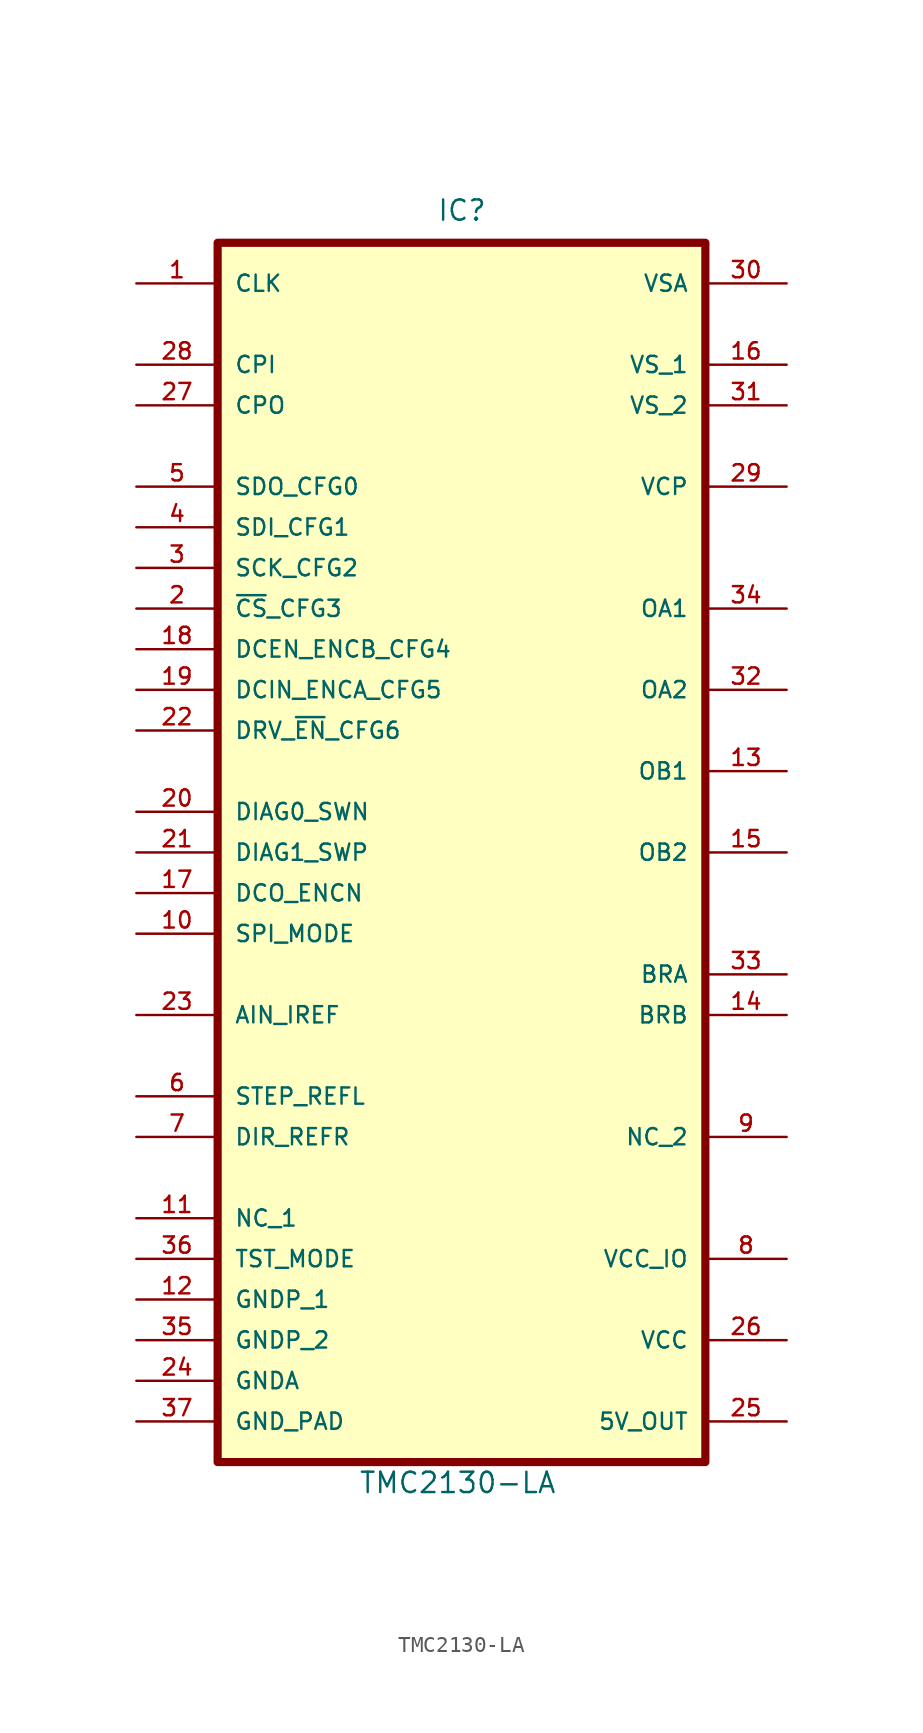
<source format=kicad_sym>
(kicad_symbol_lib
  (version 20211014)
  (generator kicad_symbol_editor)
  (symbol "TMC2130-LA"
    (pin_names
      (offset 1.016))
    (property "Reference" "IC"
      (at 20.352 3.816 0)
      (effects (font (size 1.27 1.27)) (justify bottom)))
    (property "Value" "TMC2130-LA"
      (at 20.081 -74.209 0)
      (effects (font (size 1.27 1.27)) (justify top)))
    (symbol "TMC2130-LA_0_0"
      (rectangle (start 5.08 -73.66) (end 35.56 2.54) (stroke (width 0.51)) (fill (type background)))
      (pin input line (at 0.0 0.0 0) (length 5.08) (name "CLK" (effects (font (size 1.016 1.016)))) (number "1" (effects (font (size 1.016 1.016)))))
      (pin input line (at 0.0 -5.08 0) (length 5.08) (name "CPI" (effects (font (size 1.016 1.016)))) (number "28" (effects (font (size 1.016 1.016)))))
      (pin input line (at 0.0 -15.24 0) (length 5.08) (name "SDI_CFG1" (effects (font (size 1.016 1.016)))) (number "4" (effects (font (size 1.016 1.016)))))
      (pin bidirectional line (at 0.0 -12.7 0) (length 5.08) (name "SDO_CFG0" (effects (font (size 1.016 1.016)))) (number "5" (effects (font (size 1.016 1.016)))))
      (pin input line (at 0.0 -17.78 0) (length 5.08) (name "SCK_CFG2" (effects (font (size 1.016 1.016)))) (number "3" (effects (font (size 1.016 1.016)))))
      (pin output line (at 0.0 -7.62 0) (length 5.08) (name "CPO" (effects (font (size 1.016 1.016)))) (number "27" (effects (font (size 1.016 1.016)))))
      (pin input line (at 0.0 -22.86 0) (length 5.08) (name "DCEN_ENCB_CFG4" (effects (font (size 1.016 1.016)))) (number "18" (effects (font (size 1.016 1.016)))))
      (pin power_in line (at 40.64 -60.96 180.0) (length 5.08) (name "VCC_IO" (effects (font (size 1.016 1.016)))) (number "8" (effects (font (size 1.016 1.016)))))
      (pin input line (at 0.0 -45.72 0) (length 5.08) (name "AIN_IREF" (effects (font (size 1.016 1.016)))) (number "23" (effects (font (size 1.016 1.016)))))
      (pin power_in line (at 40.64 -12.7 180.0) (length 5.08) (name "VCP" (effects (font (size 1.016 1.016)))) (number "29" (effects (font (size 1.016 1.016)))))
      (pin power_in line (at 40.64 -5.08 180.0) (length 5.08) (name "VS_1" (effects (font (size 1.016 1.016)))) (number "16" (effects (font (size 1.016 1.016)))))
      (pin output line (at 40.64 -20.32 180.0) (length 5.08) (name "OA1" (effects (font (size 1.016 1.016)))) (number "34" (effects (font (size 1.016 1.016)))))
      (pin output line (at 40.64 -25.4 180.0) (length 5.08) (name "OA2" (effects (font (size 1.016 1.016)))) (number "32" (effects (font (size 1.016 1.016)))))
      (pin input line (at 0.0 -20.32 0) (length 5.08) (name "~{CS}_CFG3" (effects (font (size 1.016 1.016)))) (number "2" (effects (font (size 1.016 1.016)))))
      (pin input line (at 0.0 -53.34 0) (length 5.08) (name "DIR_REFR" (effects (font (size 1.016 1.016)))) (number "7" (effects (font (size 1.016 1.016)))))
      (pin input line (at 0.0 -50.8 0) (length 5.08) (name "STEP_REFL" (effects (font (size 1.016 1.016)))) (number "6" (effects (font (size 1.016 1.016)))))
      (pin input line (at 0.0 -40.64 0) (length 5.08) (name "SPI_MODE" (effects (font (size 1.016 1.016)))) (number "10" (effects (font (size 1.016 1.016)))))
      (pin input line (at 0.0 -60.96 0) (length 5.08) (name "TST_MODE" (effects (font (size 1.016 1.016)))) (number "36" (effects (font (size 1.016 1.016)))))
      (pin power_in line (at 0.0 -68.58 0) (length 5.08) (name "GNDA" (effects (font (size 1.016 1.016)))) (number "24" (effects (font (size 1.016 1.016)))))
      (pin power_in line (at 40.64 -71.12 180.0) (length 5.08) (name "5V_OUT" (effects (font (size 1.016 1.016)))) (number "25" (effects (font (size 1.016 1.016)))))
      (pin output line (at 40.64 -43.18 180.0) (length 5.08) (name "BRA" (effects (font (size 1.016 1.016)))) (number "33" (effects (font (size 1.016 1.016)))))
      (pin power_in line (at 40.64 0.0 180.0) (length 5.08) (name "VSA" (effects (font (size 1.016 1.016)))) (number "30" (effects (font (size 1.016 1.016)))))
      (pin output line (at 40.64 -45.72 180.0) (length 5.08) (name "BRB" (effects (font (size 1.016 1.016)))) (number "14" (effects (font (size 1.016 1.016)))))
      (pin output line (at 40.64 -35.56 180.0) (length 5.08) (name "OB2" (effects (font (size 1.016 1.016)))) (number "15" (effects (font (size 1.016 1.016)))))
      (pin output line (at 40.64 -30.48 180.0) (length 5.08) (name "OB1" (effects (font (size 1.016 1.016)))) (number "13" (effects (font (size 1.016 1.016)))))
      (pin bidirectional line (at 0.0 -38.1 0) (length 5.08) (name "DCO_ENCN" (effects (font (size 1.016 1.016)))) (number "17" (effects (font (size 1.016 1.016)))))
      (pin power_in line (at 0.0 -63.5 0) (length 5.08) (name "GNDP_1" (effects (font (size 1.016 1.016)))) (number "12" (effects (font (size 1.016 1.016)))))
      (pin power_in line (at 0.0 -66.04 0) (length 5.08) (name "GNDP_2" (effects (font (size 1.016 1.016)))) (number "35" (effects (font (size 1.016 1.016)))))
      (pin bidirectional line (at 0.0 -33.02 0) (length 5.08) (name "DIAG0_SWN" (effects (font (size 1.016 1.016)))) (number "20" (effects (font (size 1.016 1.016)))))
      (pin input line (at 0.0 -25.4 0) (length 5.08) (name "DCIN_ENCA_CFG5" (effects (font (size 1.016 1.016)))) (number "19" (effects (font (size 1.016 1.016)))))
      (pin bidirectional line (at 0.0 -35.56 0) (length 5.08) (name "DIAG1_SWP" (effects (font (size 1.016 1.016)))) (number "21" (effects (font (size 1.016 1.016)))))
      (pin input line (at 0.0 -27.94 0) (length 5.08) (name "DRV_~{EN}_CFG6" (effects (font (size 1.016 1.016)))) (number "22" (effects (font (size 1.016 1.016)))))
      (pin power_in line (at 40.64 -66.04 180.0) (length 5.08) (name "VCC" (effects (font (size 1.016 1.016)))) (number "26" (effects (font (size 1.016 1.016)))))
      (pin power_in line (at 0.0 -71.12 0) (length 5.08) (name "GND_PAD" (effects (font (size 1.016 1.016)))) (number "37" (effects (font (size 1.016 1.016)))))
      (pin passive line (at 40.64 -53.34 180.0) (length 5.08) (name "NC_2" (effects (font (size 1.016 1.016)))) (number "9" (effects (font (size 1.016 1.016)))))
      (pin power_in line (at 0.0 -58.42 0) (length 5.08) (name "NC_1" (effects (font (size 1.016 1.016)))) (number "11" (effects (font (size 1.016 1.016)))))
      (pin power_in line (at 40.64 -7.62 180.0) (length 5.08) (name "VS_2" (effects (font (size 1.016 1.016)))) (number "31" (effects (font (size 1.016 1.016))))))))
</source>
